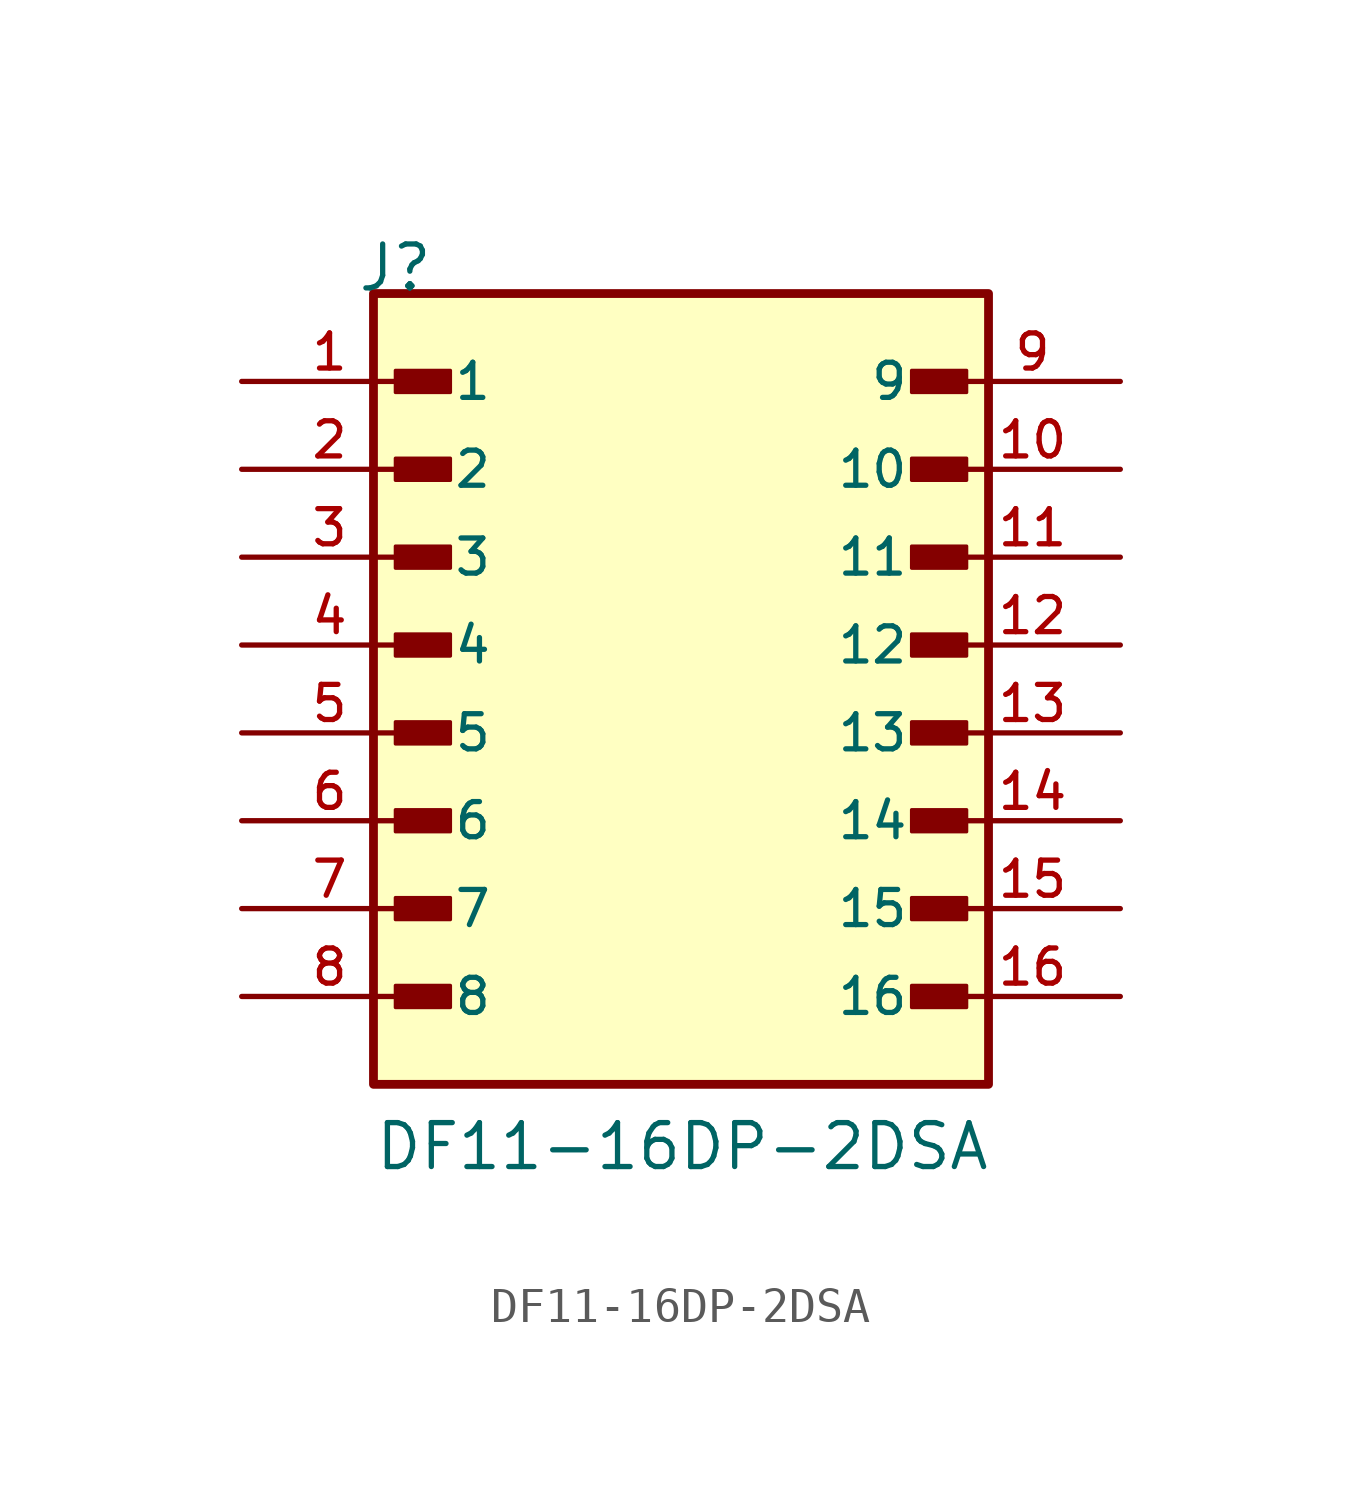
<source format=kicad_sym>
(kicad_symbol_lib
  (version 20241209)
  (generator "kicad_symbol_editor")
  (generator_version "9.0")
  (symbol "DF11-16DP-2DSA"
    (pin_names
      (offset 1.016))
    (property "Reference" "J"
      (at -9.39 12.7 0)
      (effects (font (size 1.27 1.27)) (justify left bottom)))
    (property "Value" "DF11-16DP-2DSA"
      (at -8.89 -12.7 0)
      (effects (font (size 1.27 1.27)) (justify left bottom)))
    (symbol "DF11-16DP-2DSA_0_0"
      (rectangle (start -8.89 -10.16) (end 8.89 12.7) (stroke (width 0.254) (type default)) (fill (type background)))
      (rectangle (start -8.255 9.842) (end -6.668 10.477) (stroke (width 0.1) (type default)) (fill (type outline)))
      (rectangle (start -8.255 7.303) (end -6.668 7.938) (stroke (width 0.1) (type default)) (fill (type outline)))
      (rectangle (start -8.255 4.763) (end -6.668 5.397) (stroke (width 0.1) (type default)) (fill (type outline)))
      (rectangle (start -8.255 2.223) (end -6.668 2.857) (stroke (width 0.1) (type default)) (fill (type outline)))
      (rectangle (start -8.255 -0.318) (end -6.668 0.318) (stroke (width 0.1) (type default)) (fill (type outline)))
      (rectangle (start -8.255 -2.857) (end -6.668 -2.223) (stroke (width 0.1) (type default)) (fill (type outline)))
      (rectangle (start -8.255 -5.397) (end -6.668 -4.763) (stroke (width 0.1) (type default)) (fill (type outline)))
      (rectangle (start -8.255 -7.938) (end -6.668 -7.303) (stroke (width 0.1) (type default)) (fill (type outline)))
      (rectangle (start 8.255 9.842) (end 6.668 10.477) (stroke (width 0.1) (type default)) (fill (type outline)))
      (rectangle (start 8.255 7.303) (end 6.668 7.938) (stroke (width 0.1) (type default)) (fill (type outline)))
      (rectangle (start 8.255 4.763) (end 6.668 5.397) (stroke (width 0.1) (type default)) (fill (type outline)))
      (rectangle (start 8.255 2.223) (end 6.668 2.857) (stroke (width 0.1) (type default)) (fill (type outline)))
      (rectangle (start 8.255 -0.318) (end 6.668 0.318) (stroke (width 0.1) (type default)) (fill (type outline)))
      (rectangle (start 8.255 -2.857) (end 6.668 -2.223) (stroke (width 0.1) (type default)) (fill (type outline)))
      (rectangle (start 8.255 -5.397) (end 6.668 -4.763) (stroke (width 0.1) (type default)) (fill (type outline)))
      (rectangle (start 8.255 -7.938) (end 6.668 -7.303) (stroke (width 0.1) (type default)) (fill (type outline)))
      (pin passive line (at -12.7 10.16 0) (length 5.08) (name "1" (effects (font (size 1.016 1.016)))) (number "1" (effects (font (size 1.016 1.016)))))
      (pin passive line (at -12.7 7.62 0) (length 5.08) (name "2" (effects (font (size 1.016 1.016)))) (number "2" (effects (font (size 1.016 1.016)))))
      (pin passive line (at -12.7 5.08 0) (length 5.08) (name "3" (effects (font (size 1.016 1.016)))) (number "3" (effects (font (size 1.016 1.016)))))
      (pin passive line (at -12.7 2.54 0) (length 5.08) (name "4" (effects (font (size 1.016 1.016)))) (number "4" (effects (font (size 1.016 1.016)))))
      (pin passive line (at -12.7 0 0) (length 5.08) (name "5" (effects (font (size 1.016 1.016)))) (number "5" (effects (font (size 1.016 1.016)))))
      (pin passive line (at -12.7 -2.54 0) (length 5.08) (name "6" (effects (font (size 1.016 1.016)))) (number "6" (effects (font (size 1.016 1.016)))))
      (pin passive line (at -12.7 -5.08 0) (length 5.08) (name "7" (effects (font (size 1.016 1.016)))) (number "7" (effects (font (size 1.016 1.016)))))
      (pin passive line (at -12.7 -7.62 0) (length 5.08) (name "8" (effects (font (size 1.016 1.016)))) (number "8" (effects (font (size 1.016 1.016)))))
      (pin passive line (at 12.7 10.16 180) (length 5.08) (name "9" (effects (font (size 1.016 1.016)))) (number "9" (effects (font (size 1.016 1.016)))))
      (pin passive line (at 12.7 7.62 180) (length 5.08) (name "10" (effects (font (size 1.016 1.016)))) (number "10" (effects (font (size 1.016 1.016)))))
      (pin passive line (at 12.7 5.08 180) (length 5.08) (name "11" (effects (font (size 1.016 1.016)))) (number "11" (effects (font (size 1.016 1.016)))))
      (pin passive line (at 12.7 2.54 180) (length 5.08) (name "12" (effects (font (size 1.016 1.016)))) (number "12" (effects (font (size 1.016 1.016)))))
      (pin passive line (at 12.7 0 180) (length 5.08) (name "13" (effects (font (size 1.016 1.016)))) (number "13" (effects (font (size 1.016 1.016)))))
      (pin passive line (at 12.7 -2.54 180) (length 5.08) (name "14" (effects (font (size 1.016 1.016)))) (number "14" (effects (font (size 1.016 1.016)))))
      (pin passive line (at 12.7 -5.08 180) (length 5.08) (name "15" (effects (font (size 1.016 1.016)))) (number "15" (effects (font (size 1.016 1.016)))))
      (pin passive line (at 12.7 -7.62 180) (length 5.08) (name "16" (effects (font (size 1.016 1.016)))) (number "16" (effects (font (size 1.016 1.016))))))))
</source>
